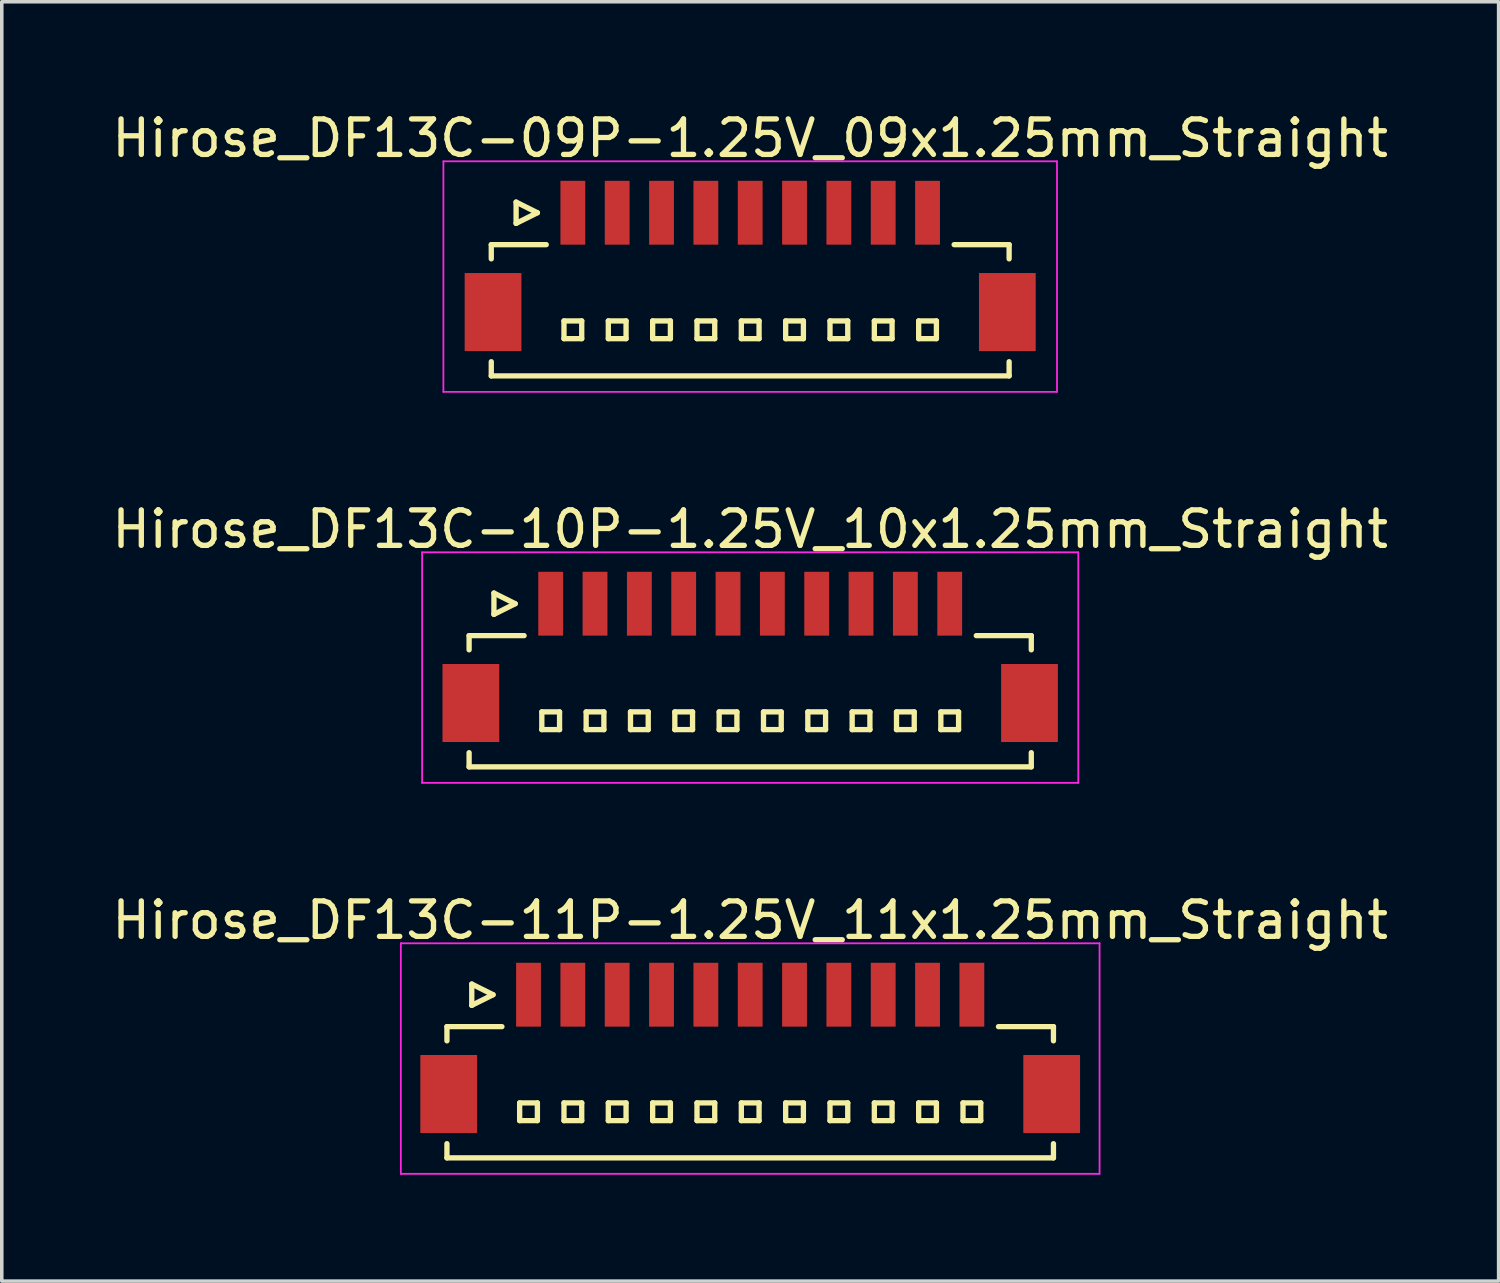
<source format=kicad_pcb>
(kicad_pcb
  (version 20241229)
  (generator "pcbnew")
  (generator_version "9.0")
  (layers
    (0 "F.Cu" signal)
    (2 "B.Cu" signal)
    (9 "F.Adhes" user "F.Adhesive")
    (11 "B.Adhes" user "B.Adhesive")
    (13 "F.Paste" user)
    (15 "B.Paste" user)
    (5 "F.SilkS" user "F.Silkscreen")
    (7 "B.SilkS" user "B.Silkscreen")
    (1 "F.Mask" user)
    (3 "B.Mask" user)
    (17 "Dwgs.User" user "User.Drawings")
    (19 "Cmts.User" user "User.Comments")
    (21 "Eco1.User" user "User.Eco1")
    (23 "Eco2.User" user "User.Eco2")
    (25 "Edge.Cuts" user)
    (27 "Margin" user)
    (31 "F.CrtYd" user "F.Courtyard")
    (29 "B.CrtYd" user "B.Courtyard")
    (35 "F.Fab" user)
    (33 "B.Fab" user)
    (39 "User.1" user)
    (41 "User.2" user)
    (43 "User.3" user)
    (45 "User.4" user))
  (footprint "Hirose_DF13C-09P-1.25V_09x1.25mm_Straight"
    (layer "F.Cu")
    (at 18.101 4.348)
    (property "Reference" "Hirose_DF13C-09P-1.25V_09x1.25mm_Straight" (at 0 -3.5 0) (layer "F.SilkS") (effects (font (size 1 1) (thickness 0.15))))
    (attr smd)
    (fp_line (start -7.3 -0.5) (end -7.3 -0.1) (stroke (width 0.15) (type solid)) (layer "F.SilkS"))
    (fp_line (start -7.3 -0.5) (end -5.75 -0.5) (stroke (width 0.15) (type solid)) (layer "F.SilkS"))
    (fp_line (start -7.3 3.2) (end -7.3 2.8) (stroke (width 0.15) (type solid)) (layer "F.SilkS"))
    (fp_line (start -7.3 3.2) (end 7.3 3.2) (stroke (width 0.15) (type solid)) (layer "F.SilkS"))
    (fp_line (start -6.6 -1.7) (end -6.6 -1.1) (stroke (width 0.15) (type solid)) (layer "F.SilkS"))
    (fp_line (start -6.6 -1.1) (end -6 -1.4) (stroke (width 0.15) (type solid)) (layer "F.SilkS"))
    (fp_line (start -6 -1.4) (end -6.6 -1.7) (stroke (width 0.15) (type solid)) (layer "F.SilkS"))
    (fp_line (start -5.25 1.65) (end -5.25 2.15) (stroke (width 0.15) (type solid)) (layer "F.SilkS"))
    (fp_line (start -5.25 2.15) (end -4.75 2.15) (stroke (width 0.15) (type solid)) (layer "F.SilkS"))
    (fp_line (start -4.75 1.65) (end -5.25 1.65) (stroke (width 0.15) (type solid)) (layer "F.SilkS"))
    (fp_line (start -4.75 2.15) (end -4.75 1.65) (stroke (width 0.15) (type solid)) (layer "F.SilkS"))
    (fp_line (start -4 1.65) (end -4 2.15) (stroke (width 0.15) (type solid)) (layer "F.SilkS"))
    (fp_line (start -4 2.15) (end -3.5 2.15) (stroke (width 0.15) (type solid)) (layer "F.SilkS"))
    (fp_line (start -3.5 1.65) (end -4 1.65) (stroke (width 0.15) (type solid)) (layer "F.SilkS"))
    (fp_line (start -3.5 2.15) (end -3.5 1.65) (stroke (width 0.15) (type solid)) (layer "F.SilkS"))
    (fp_line (start -2.75 1.65) (end -2.75 2.15) (stroke (width 0.15) (type solid)) (layer "F.SilkS"))
    (fp_line (start -2.75 2.15) (end -2.25 2.15) (stroke (width 0.15) (type solid)) (layer "F.SilkS"))
    (fp_line (start -2.25 1.65) (end -2.75 1.65) (stroke (width 0.15) (type solid)) (layer "F.SilkS"))
    (fp_line (start -2.25 2.15) (end -2.25 1.65) (stroke (width 0.15) (type solid)) (layer "F.SilkS"))
    (fp_line (start -1.5 1.65) (end -1.5 2.15) (stroke (width 0.15) (type solid)) (layer "F.SilkS"))
    (fp_line (start -1.5 2.15) (end -1 2.15) (stroke (width 0.15) (type solid)) (layer "F.SilkS"))
    (fp_line (start -1 1.65) (end -1.5 1.65) (stroke (width 0.15) (type solid)) (layer "F.SilkS"))
    (fp_line (start -1 2.15) (end -1 1.65) (stroke (width 0.15) (type solid)) (layer "F.SilkS"))
    (fp_line (start -0.25 1.65) (end -0.25 2.15) (stroke (width 0.15) (type solid)) (layer "F.SilkS"))
    (fp_line (start -0.25 2.15) (end 0.25 2.15) (stroke (width 0.15) (type solid)) (layer "F.SilkS"))
    (fp_line (start 0.25 1.65) (end -0.25 1.65) (stroke (width 0.15) (type solid)) (layer "F.SilkS"))
    (fp_line (start 0.25 2.15) (end 0.25 1.65) (stroke (width 0.15) (type solid)) (layer "F.SilkS"))
    (fp_line (start 1 1.65) (end 1 2.15) (stroke (width 0.15) (type solid)) (layer "F.SilkS"))
    (fp_line (start 1 2.15) (end 1.5 2.15) (stroke (width 0.15) (type solid)) (layer "F.SilkS"))
    (fp_line (start 1.5 1.65) (end 1 1.65) (stroke (width 0.15) (type solid)) (layer "F.SilkS"))
    (fp_line (start 1.5 2.15) (end 1.5 1.65) (stroke (width 0.15) (type solid)) (layer "F.SilkS"))
    (fp_line (start 2.25 1.65) (end 2.25 2.15) (stroke (width 0.15) (type solid)) (layer "F.SilkS"))
    (fp_line (start 2.25 2.15) (end 2.75 2.15) (stroke (width 0.15) (type solid)) (layer "F.SilkS"))
    (fp_line (start 2.75 1.65) (end 2.25 1.65) (stroke (width 0.15) (type solid)) (layer "F.SilkS"))
    (fp_line (start 2.75 2.15) (end 2.75 1.65) (stroke (width 0.15) (type solid)) (layer "F.SilkS"))
    (fp_line (start 3.5 1.65) (end 3.5 2.15) (stroke (width 0.15) (type solid)) (layer "F.SilkS"))
    (fp_line (start 3.5 2.15) (end 4 2.15) (stroke (width 0.15) (type solid)) (layer "F.SilkS"))
    (fp_line (start 4 1.65) (end 3.5 1.65) (stroke (width 0.15) (type solid)) (layer "F.SilkS"))
    (fp_line (start 4 2.15) (end 4 1.65) (stroke (width 0.15) (type solid)) (layer "F.SilkS"))
    (fp_line (start 4.75 1.65) (end 4.75 2.15) (stroke (width 0.15) (type solid)) (layer "F.SilkS"))
    (fp_line (start 4.75 2.15) (end 5.25 2.15) (stroke (width 0.15) (type solid)) (layer "F.SilkS"))
    (fp_line (start 5.25 1.65) (end 4.75 1.65) (stroke (width 0.15) (type solid)) (layer "F.SilkS"))
    (fp_line (start 5.25 2.15) (end 5.25 1.65) (stroke (width 0.15) (type solid)) (layer "F.SilkS"))
    (fp_line (start 7.3 -0.5) (end 5.75 -0.5) (stroke (width 0.15) (type solid)) (layer "F.SilkS"))
    (fp_line (start 7.3 -0.5) (end 7.3 -0.1) (stroke (width 0.15) (type solid)) (layer "F.SilkS"))
    (fp_line (start 7.3 3.2) (end 7.3 2.8) (stroke (width 0.15) (type solid)) (layer "F.SilkS"))
    (fp_line (start -8.65 -2.85) (end -8.65 3.65) (stroke (width 0.05) (type solid)) (layer "F.CrtYd"))
    (fp_line (start -8.65 3.65) (end 8.65 3.65) (stroke (width 0.05) (type solid)) (layer "F.CrtYd"))
    (fp_line (start 8.65 -2.85) (end -8.65 -2.85) (stroke (width 0.05) (type solid)) (layer "F.CrtYd"))
    (fp_line (start 8.65 3.65) (end 8.65 -2.85) (stroke (width 0.05) (type solid)) (layer "F.CrtYd"))
    (pad "" smd rect (at -7.25 1.4) (size 1.6 2.2) (layers "F.Cu" "F.Mask" "F.Paste"))
    (pad "" smd rect (at 7.25 1.4) (size 1.6 2.2) (layers "F.Cu" "F.Mask" "F.Paste"))
    (pad "1" smd rect (at -5 -1.4) (size 0.7 1.8) (layers "F.Cu" "F.Mask" "F.Paste"))
    (pad "2" smd rect (at -3.75 -1.4) (size 0.7 1.8) (layers "F.Cu" "F.Mask" "F.Paste"))
    (pad "3" smd rect (at -2.5 -1.4) (size 0.7 1.8) (layers "F.Cu" "F.Mask" "F.Paste"))
    (pad "4" smd rect (at -1.25 -1.4) (size 0.7 1.8) (layers "F.Cu" "F.Mask" "F.Paste"))
    (pad "5" smd rect (at 0 -1.4) (size 0.7 1.8) (layers "F.Cu" "F.Mask" "F.Paste"))
    (pad "6" smd rect (at 1.25 -1.4) (size 0.7 1.8) (layers "F.Cu" "F.Mask" "F.Paste"))
    (pad "7" smd rect (at 2.5 -1.4) (size 0.7 1.8) (layers "F.Cu" "F.Mask" "F.Paste"))
    (pad "8" smd rect (at 3.75 -1.4) (size 0.7 1.8) (layers "F.Cu" "F.Mask" "F.Paste"))
    (pad "9" smd rect (at 5 -1.4) (size 0.7 1.8) (layers "F.Cu" "F.Mask" "F.Paste")))
  (footprint "Hirose_DF13C-11P-1.25V_11x1.25mm_Straight"
    (layer "F.Cu")
    (at 18.101 26.395)
    (property "Reference" "Hirose_DF13C-11P-1.25V_11x1.25mm_Straight" (at 0 -3.5 0) (layer "F.SilkS") (effects (font (size 1 1) (thickness 0.15))))
    (attr smd)
    (fp_line (start -8.55 -0.5) (end -8.55 -0.1) (stroke (width 0.15) (type solid)) (layer "F.SilkS"))
    (fp_line (start -8.55 -0.5) (end -7 -0.5) (stroke (width 0.15) (type solid)) (layer "F.SilkS"))
    (fp_line (start -8.55 3.2) (end -8.55 2.8) (stroke (width 0.15) (type solid)) (layer "F.SilkS"))
    (fp_line (start -8.55 3.2) (end 8.55 3.2) (stroke (width 0.15) (type solid)) (layer "F.SilkS"))
    (fp_line (start -7.85 -1.7) (end -7.85 -1.1) (stroke (width 0.15) (type solid)) (layer "F.SilkS"))
    (fp_line (start -7.85 -1.1) (end -7.25 -1.4) (stroke (width 0.15) (type solid)) (layer "F.SilkS"))
    (fp_line (start -7.25 -1.4) (end -7.85 -1.7) (stroke (width 0.15) (type solid)) (layer "F.SilkS"))
    (fp_line (start -6.5 1.65) (end -6.5 2.15) (stroke (width 0.15) (type solid)) (layer "F.SilkS"))
    (fp_line (start -6.5 2.15) (end -6 2.15) (stroke (width 0.15) (type solid)) (layer "F.SilkS"))
    (fp_line (start -6 1.65) (end -6.5 1.65) (stroke (width 0.15) (type solid)) (layer "F.SilkS"))
    (fp_line (start -6 2.15) (end -6 1.65) (stroke (width 0.15) (type solid)) (layer "F.SilkS"))
    (fp_line (start -5.25 1.65) (end -5.25 2.15) (stroke (width 0.15) (type solid)) (layer "F.SilkS"))
    (fp_line (start -5.25 2.15) (end -4.75 2.15) (stroke (width 0.15) (type solid)) (layer "F.SilkS"))
    (fp_line (start -4.75 1.65) (end -5.25 1.65) (stroke (width 0.15) (type solid)) (layer "F.SilkS"))
    (fp_line (start -4.75 2.15) (end -4.75 1.65) (stroke (width 0.15) (type solid)) (layer "F.SilkS"))
    (fp_line (start -4 1.65) (end -4 2.15) (stroke (width 0.15) (type solid)) (layer "F.SilkS"))
    (fp_line (start -4 2.15) (end -3.5 2.15) (stroke (width 0.15) (type solid)) (layer "F.SilkS"))
    (fp_line (start -3.5 1.65) (end -4 1.65) (stroke (width 0.15) (type solid)) (layer "F.SilkS"))
    (fp_line (start -3.5 2.15) (end -3.5 1.65) (stroke (width 0.15) (type solid)) (layer "F.SilkS"))
    (fp_line (start -2.75 1.65) (end -2.75 2.15) (stroke (width 0.15) (type solid)) (layer "F.SilkS"))
    (fp_line (start -2.75 2.15) (end -2.25 2.15) (stroke (width 0.15) (type solid)) (layer "F.SilkS"))
    (fp_line (start -2.25 1.65) (end -2.75 1.65) (stroke (width 0.15) (type solid)) (layer "F.SilkS"))
    (fp_line (start -2.25 2.15) (end -2.25 1.65) (stroke (width 0.15) (type solid)) (layer "F.SilkS"))
    (fp_line (start -1.5 1.65) (end -1.5 2.15) (stroke (width 0.15) (type solid)) (layer "F.SilkS"))
    (fp_line (start -1.5 2.15) (end -1 2.15) (stroke (width 0.15) (type solid)) (layer "F.SilkS"))
    (fp_line (start -1 1.65) (end -1.5 1.65) (stroke (width 0.15) (type solid)) (layer "F.SilkS"))
    (fp_line (start -1 2.15) (end -1 1.65) (stroke (width 0.15) (type solid)) (layer "F.SilkS"))
    (fp_line (start -0.25 1.65) (end -0.25 2.15) (stroke (width 0.15) (type solid)) (layer "F.SilkS"))
    (fp_line (start -0.25 2.15) (end 0.25 2.15) (stroke (width 0.15) (type solid)) (layer "F.SilkS"))
    (fp_line (start 0.25 1.65) (end -0.25 1.65) (stroke (width 0.15) (type solid)) (layer "F.SilkS"))
    (fp_line (start 0.25 2.15) (end 0.25 1.65) (stroke (width 0.15) (type solid)) (layer "F.SilkS"))
    (fp_line (start 1 1.65) (end 1 2.15) (stroke (width 0.15) (type solid)) (layer "F.SilkS"))
    (fp_line (start 1 2.15) (end 1.5 2.15) (stroke (width 0.15) (type solid)) (layer "F.SilkS"))
    (fp_line (start 1.5 1.65) (end 1 1.65) (stroke (width 0.15) (type solid)) (layer "F.SilkS"))
    (fp_line (start 1.5 2.15) (end 1.5 1.65) (stroke (width 0.15) (type solid)) (layer "F.SilkS"))
    (fp_line (start 2.25 1.65) (end 2.25 2.15) (stroke (width 0.15) (type solid)) (layer "F.SilkS"))
    (fp_line (start 2.25 2.15) (end 2.75 2.15) (stroke (width 0.15) (type solid)) (layer "F.SilkS"))
    (fp_line (start 2.75 1.65) (end 2.25 1.65) (stroke (width 0.15) (type solid)) (layer "F.SilkS"))
    (fp_line (start 2.75 2.15) (end 2.75 1.65) (stroke (width 0.15) (type solid)) (layer "F.SilkS"))
    (fp_line (start 3.5 1.65) (end 3.5 2.15) (stroke (width 0.15) (type solid)) (layer "F.SilkS"))
    (fp_line (start 3.5 2.15) (end 4 2.15) (stroke (width 0.15) (type solid)) (layer "F.SilkS"))
    (fp_line (start 4 1.65) (end 3.5 1.65) (stroke (width 0.15) (type solid)) (layer "F.SilkS"))
    (fp_line (start 4 2.15) (end 4 1.65) (stroke (width 0.15) (type solid)) (layer "F.SilkS"))
    (fp_line (start 4.75 1.65) (end 4.75 2.15) (stroke (width 0.15) (type solid)) (layer "F.SilkS"))
    (fp_line (start 4.75 2.15) (end 5.25 2.15) (stroke (width 0.15) (type solid)) (layer "F.SilkS"))
    (fp_line (start 5.25 1.65) (end 4.75 1.65) (stroke (width 0.15) (type solid)) (layer "F.SilkS"))
    (fp_line (start 5.25 2.15) (end 5.25 1.65) (stroke (width 0.15) (type solid)) (layer "F.SilkS"))
    (fp_line (start 6 1.65) (end 6 2.15) (stroke (width 0.15) (type solid)) (layer "F.SilkS"))
    (fp_line (start 6 2.15) (end 6.5 2.15) (stroke (width 0.15) (type solid)) (layer "F.SilkS"))
    (fp_line (start 6.5 1.65) (end 6 1.65) (stroke (width 0.15) (type solid)) (layer "F.SilkS"))
    (fp_line (start 6.5 2.15) (end 6.5 1.65) (stroke (width 0.15) (type solid)) (layer "F.SilkS"))
    (fp_line (start 8.55 -0.5) (end 7 -0.5) (stroke (width 0.15) (type solid)) (layer "F.SilkS"))
    (fp_line (start 8.55 -0.5) (end 8.55 -0.1) (stroke (width 0.15) (type solid)) (layer "F.SilkS"))
    (fp_line (start 8.55 3.2) (end 8.55 2.8) (stroke (width 0.15) (type solid)) (layer "F.SilkS"))
    (fp_line (start -9.85 -2.85) (end -9.85 3.65) (stroke (width 0.05) (type solid)) (layer "F.CrtYd"))
    (fp_line (start -9.85 3.65) (end 9.85 3.65) (stroke (width 0.05) (type solid)) (layer "F.CrtYd"))
    (fp_line (start 9.85 -2.85) (end -9.85 -2.85) (stroke (width 0.05) (type solid)) (layer "F.CrtYd"))
    (fp_line (start 9.85 3.65) (end 9.85 -2.85) (stroke (width 0.05) (type solid)) (layer "F.CrtYd"))
    (pad "" smd rect (at -8.5 1.4) (size 1.6 2.2) (layers "F.Cu" "F.Mask" "F.Paste"))
    (pad "" smd rect (at 8.5 1.4) (size 1.6 2.2) (layers "F.Cu" "F.Mask" "F.Paste"))
    (pad "1" smd rect (at -6.25 -1.4) (size 0.7 1.8) (layers "F.Cu" "F.Mask" "F.Paste"))
    (pad "2" smd rect (at -5 -1.4) (size 0.7 1.8) (layers "F.Cu" "F.Mask" "F.Paste"))
    (pad "3" smd rect (at -3.75 -1.4) (size 0.7 1.8) (layers "F.Cu" "F.Mask" "F.Paste"))
    (pad "4" smd rect (at -2.5 -1.4) (size 0.7 1.8) (layers "F.Cu" "F.Mask" "F.Paste"))
    (pad "5" smd rect (at -1.25 -1.4) (size 0.7 1.8) (layers "F.Cu" "F.Mask" "F.Paste"))
    (pad "6" smd rect (at 0 -1.4) (size 0.7 1.8) (layers "F.Cu" "F.Mask" "F.Paste"))
    (pad "7" smd rect (at 1.25 -1.4) (size 0.7 1.8) (layers "F.Cu" "F.Mask" "F.Paste"))
    (pad "8" smd rect (at 2.5 -1.4) (size 0.7 1.8) (layers "F.Cu" "F.Mask" "F.Paste"))
    (pad "9" smd rect (at 3.75 -1.4) (size 0.7 1.8) (layers "F.Cu" "F.Mask" "F.Paste"))
    (pad "10" smd rect (at 5 -1.4) (size 0.7 1.8) (layers "F.Cu" "F.Mask" "F.Paste"))
    (pad "11" smd rect (at 6.25 -1.4) (size 0.7 1.8) (layers "F.Cu" "F.Mask" "F.Paste")))
  (footprint "Hirose_DF13C-10P-1.25V_10x1.25mm_Straight"
    (layer "F.Cu")
    (at 18.101 15.371)
    (property "Reference" "Hirose_DF13C-10P-1.25V_10x1.25mm_Straight" (at 0 -3.5 0) (layer "F.SilkS") (effects (font (size 1 1) (thickness 0.15))))
    (attr smd)
    (fp_line (start -7.925 -0.5) (end -7.925 -0.1) (stroke (width 0.15) (type solid)) (layer "F.SilkS"))
    (fp_line (start -7.925 -0.5) (end -6.375 -0.5) (stroke (width 0.15) (type solid)) (layer "F.SilkS"))
    (fp_line (start -7.925 3.2) (end -7.925 2.8) (stroke (width 0.15) (type solid)) (layer "F.SilkS"))
    (fp_line (start -7.925 3.2) (end 7.925 3.2) (stroke (width 0.15) (type solid)) (layer "F.SilkS"))
    (fp_line (start -7.225 -1.7) (end -7.225 -1.1) (stroke (width 0.15) (type solid)) (layer "F.SilkS"))
    (fp_line (start -7.225 -1.1) (end -6.625 -1.4) (stroke (width 0.15) (type solid)) (layer "F.SilkS"))
    (fp_line (start -6.625 -1.4) (end -7.225 -1.7) (stroke (width 0.15) (type solid)) (layer "F.SilkS"))
    (fp_line (start -5.875 1.65) (end -5.875 2.15) (stroke (width 0.15) (type solid)) (layer "F.SilkS"))
    (fp_line (start -5.875 2.15) (end -5.375 2.15) (stroke (width 0.15) (type solid)) (layer "F.SilkS"))
    (fp_line (start -5.375 1.65) (end -5.875 1.65) (stroke (width 0.15) (type solid)) (layer "F.SilkS"))
    (fp_line (start -5.375 2.15) (end -5.375 1.65) (stroke (width 0.15) (type solid)) (layer "F.SilkS"))
    (fp_line (start -4.625 1.65) (end -4.625 2.15) (stroke (width 0.15) (type solid)) (layer "F.SilkS"))
    (fp_line (start -4.625 2.15) (end -4.125 2.15) (stroke (width 0.15) (type solid)) (layer "F.SilkS"))
    (fp_line (start -4.125 1.65) (end -4.625 1.65) (stroke (width 0.15) (type solid)) (layer "F.SilkS"))
    (fp_line (start -4.125 2.15) (end -4.125 1.65) (stroke (width 0.15) (type solid)) (layer "F.SilkS"))
    (fp_line (start -3.375 1.65) (end -3.375 2.15) (stroke (width 0.15) (type solid)) (layer "F.SilkS"))
    (fp_line (start -3.375 2.15) (end -2.875 2.15) (stroke (width 0.15) (type solid)) (layer "F.SilkS"))
    (fp_line (start -2.875 1.65) (end -3.375 1.65) (stroke (width 0.15) (type solid)) (layer "F.SilkS"))
    (fp_line (start -2.875 2.15) (end -2.875 1.65) (stroke (width 0.15) (type solid)) (layer "F.SilkS"))
    (fp_line (start -2.125 1.65) (end -2.125 2.15) (stroke (width 0.15) (type solid)) (layer "F.SilkS"))
    (fp_line (start -2.125 2.15) (end -1.625 2.15) (stroke (width 0.15) (type solid)) (layer "F.SilkS"))
    (fp_line (start -1.625 1.65) (end -2.125 1.65) (stroke (width 0.15) (type solid)) (layer "F.SilkS"))
    (fp_line (start -1.625 2.15) (end -1.625 1.65) (stroke (width 0.15) (type solid)) (layer "F.SilkS"))
    (fp_line (start -0.875 1.65) (end -0.875 2.15) (stroke (width 0.15) (type solid)) (layer "F.SilkS"))
    (fp_line (start -0.875 2.15) (end -0.375 2.15) (stroke (width 0.15) (type solid)) (layer "F.SilkS"))
    (fp_line (start -0.375 1.65) (end -0.875 1.65) (stroke (width 0.15) (type solid)) (layer "F.SilkS"))
    (fp_line (start -0.375 2.15) (end -0.375 1.65) (stroke (width 0.15) (type solid)) (layer "F.SilkS"))
    (fp_line (start 0.375 1.65) (end 0.375 2.15) (stroke (width 0.15) (type solid)) (layer "F.SilkS"))
    (fp_line (start 0.375 2.15) (end 0.875 2.15) (stroke (width 0.15) (type solid)) (layer "F.SilkS"))
    (fp_line (start 0.875 1.65) (end 0.375 1.65) (stroke (width 0.15) (type solid)) (layer "F.SilkS"))
    (fp_line (start 0.875 2.15) (end 0.875 1.65) (stroke (width 0.15) (type solid)) (layer "F.SilkS"))
    (fp_line (start 1.625 1.65) (end 1.625 2.15) (stroke (width 0.15) (type solid)) (layer "F.SilkS"))
    (fp_line (start 1.625 2.15) (end 2.125 2.15) (stroke (width 0.15) (type solid)) (layer "F.SilkS"))
    (fp_line (start 2.125 1.65) (end 1.625 1.65) (stroke (width 0.15) (type solid)) (layer "F.SilkS"))
    (fp_line (start 2.125 2.15) (end 2.125 1.65) (stroke (width 0.15) (type solid)) (layer "F.SilkS"))
    (fp_line (start 2.875 1.65) (end 2.875 2.15) (stroke (width 0.15) (type solid)) (layer "F.SilkS"))
    (fp_line (start 2.875 2.15) (end 3.375 2.15) (stroke (width 0.15) (type solid)) (layer "F.SilkS"))
    (fp_line (start 3.375 1.65) (end 2.875 1.65) (stroke (width 0.15) (type solid)) (layer "F.SilkS"))
    (fp_line (start 3.375 2.15) (end 3.375 1.65) (stroke (width 0.15) (type solid)) (layer "F.SilkS"))
    (fp_line (start 4.125 1.65) (end 4.125 2.15) (stroke (width 0.15) (type solid)) (layer "F.SilkS"))
    (fp_line (start 4.125 2.15) (end 4.625 2.15) (stroke (width 0.15) (type solid)) (layer "F.SilkS"))
    (fp_line (start 4.625 1.65) (end 4.125 1.65) (stroke (width 0.15) (type solid)) (layer "F.SilkS"))
    (fp_line (start 4.625 2.15) (end 4.625 1.65) (stroke (width 0.15) (type solid)) (layer "F.SilkS"))
    (fp_line (start 5.375 1.65) (end 5.375 2.15) (stroke (width 0.15) (type solid)) (layer "F.SilkS"))
    (fp_line (start 5.375 2.15) (end 5.875 2.15) (stroke (width 0.15) (type solid)) (layer "F.SilkS"))
    (fp_line (start 5.875 1.65) (end 5.375 1.65) (stroke (width 0.15) (type solid)) (layer "F.SilkS"))
    (fp_line (start 5.875 2.15) (end 5.875 1.65) (stroke (width 0.15) (type solid)) (layer "F.SilkS"))
    (fp_line (start 7.925 -0.5) (end 6.375 -0.5) (stroke (width 0.15) (type solid)) (layer "F.SilkS"))
    (fp_line (start 7.925 -0.5) (end 7.925 -0.1) (stroke (width 0.15) (type solid)) (layer "F.SilkS"))
    (fp_line (start 7.925 3.2) (end 7.925 2.8) (stroke (width 0.15) (type solid)) (layer "F.SilkS"))
    (fp_line (start -9.25 -2.85) (end -9.25 3.65) (stroke (width 0.05) (type solid)) (layer "F.CrtYd"))
    (fp_line (start -9.25 3.65) (end 9.25 3.65) (stroke (width 0.05) (type solid)) (layer "F.CrtYd"))
    (fp_line (start 9.25 -2.85) (end -9.25 -2.85) (stroke (width 0.05) (type solid)) (layer "F.CrtYd"))
    (fp_line (start 9.25 3.65) (end 9.25 -2.85) (stroke (width 0.05) (type solid)) (layer "F.CrtYd"))
    (pad "" smd rect (at -7.875 1.4) (size 1.6 2.2) (layers "F.Cu" "F.Mask" "F.Paste"))
    (pad "" smd rect (at 7.875 1.4) (size 1.6 2.2) (layers "F.Cu" "F.Mask" "F.Paste"))
    (pad "1" smd rect (at -5.625 -1.4) (size 0.7 1.8) (layers "F.Cu" "F.Mask" "F.Paste"))
    (pad "2" smd rect (at -4.375 -1.4) (size 0.7 1.8) (layers "F.Cu" "F.Mask" "F.Paste"))
    (pad "3" smd rect (at -3.125 -1.4) (size 0.7 1.8) (layers "F.Cu" "F.Mask" "F.Paste"))
    (pad "4" smd rect (at -1.875 -1.4) (size 0.7 1.8) (layers "F.Cu" "F.Mask" "F.Paste"))
    (pad "5" smd rect (at -0.625 -1.4) (size 0.7 1.8) (layers "F.Cu" "F.Mask" "F.Paste"))
    (pad "6" smd rect (at 0.625 -1.4) (size 0.7 1.8) (layers "F.Cu" "F.Mask" "F.Paste"))
    (pad "7" smd rect (at 1.875 -1.4) (size 0.7 1.8) (layers "F.Cu" "F.Mask" "F.Paste"))
    (pad "8" smd rect (at 3.125 -1.4) (size 0.7 1.8) (layers "F.Cu" "F.Mask" "F.Paste"))
    (pad "9" smd rect (at 4.375 -1.4) (size 0.7 1.8) (layers "F.Cu" "F.Mask" "F.Paste"))
    (pad "10" smd rect (at 5.625 -1.4) (size 0.7 1.8) (layers "F.Cu" "F.Mask" "F.Paste")))
  (gr_rect
    (start -3 -3)
    (end 39.202 33.07)
    (stroke (width 0.1) (type default))
    (fill no)
    (layer "Edge.Cuts")))
</source>
